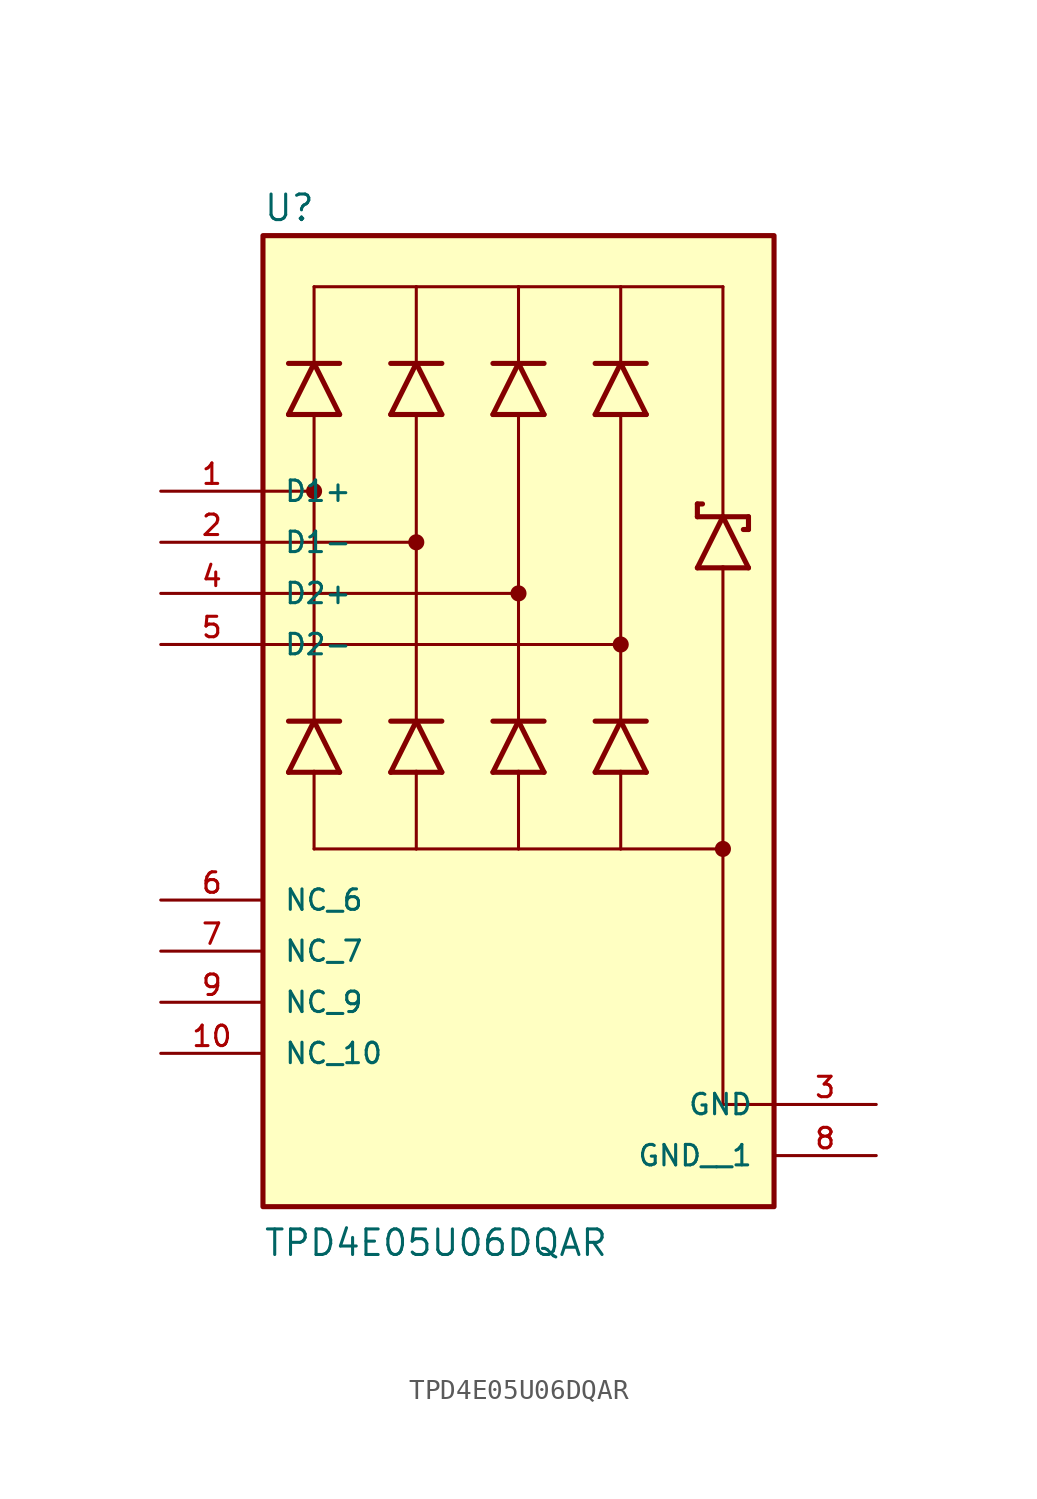
<source format=kicad_sym>
(kicad_symbol_lib
  (version 20220914)
  (generator kicad_symbol_editor)
  (symbol "TPD4E05U06DQAR"
    (pin_names
      (offset 1.016))
    (property "Reference" "U"
      (at -12.7 23.495 0)
      (effects (font (size 1.27 1.27)) (justify left bottom)))
    (property "Value" "TPD4E05U06DQAR"
      (at -12.7 -27.94 0)
      (effects (font (size 1.27 1.27)) (justify left bottom)))
    (symbol "TPD4E05U06DQAR_0_0"
      (rectangle (start -12.7 -25.4) (end 12.7 22.86) (stroke (width 0.254) (type default)) (fill (type background)))
      (circle (center -10.16 10.16) (radius 0.2) (stroke (width 0.4) (type default)) (fill (type none)))
      (circle (center -5.08 7.62) (radius 0.2) (stroke (width 0.4) (type default)) (fill (type none)))
      (polyline (pts (xy -12.7 2.54) (xy 5.08 2.54)) (stroke (width 0.152) (type default)) (fill (type none)))
      (polyline (pts (xy -12.7 5.08) (xy 0 5.08)) (stroke (width 0.152) (type default)) (fill (type none)))
      (polyline (pts (xy -12.7 7.62) (xy -5.08 7.62)) (stroke (width 0.152) (type default)) (fill (type none)))
      (polyline (pts (xy -12.7 10.16) (xy -10.16 10.16)) (stroke (width 0.152) (type default)) (fill (type none)))
      (polyline (pts (xy -11.43 -3.81) (xy -10.16 -3.81)) (stroke (width 0.254) (type default)) (fill (type none)))
      (polyline (pts (xy -11.43 -1.27) (xy -10.16 -1.27)) (stroke (width 0.254) (type default)) (fill (type none)))
      (polyline (pts (xy -11.43 13.97) (xy -10.16 13.97)) (stroke (width 0.254) (type default)) (fill (type none)))
      (polyline (pts (xy -11.43 16.51) (xy -10.16 16.51)) (stroke (width 0.254) (type default)) (fill (type none)))
      (polyline (pts (xy -10.16 -7.62) (xy -5.08 -7.62)) (stroke (width 0.152) (type default)) (fill (type none)))
      (polyline (pts (xy -10.16 -3.81) (xy -10.16 -7.62)) (stroke (width 0.152) (type default)) (fill (type none)))
      (polyline (pts (xy -10.16 -3.81) (xy -8.89 -3.81)) (stroke (width 0.254) (type default)) (fill (type none)))
      (polyline (pts (xy -10.16 -1.27) (xy -11.43 -3.81)) (stroke (width 0.254) (type default)) (fill (type none)))
      (polyline (pts (xy -10.16 -1.27) (xy -10.16 10.16)) (stroke (width 0.152) (type default)) (fill (type none)))
      (polyline (pts (xy -10.16 -1.27) (xy -8.89 -1.27)) (stroke (width 0.254) (type default)) (fill (type none)))
      (polyline (pts (xy -10.16 10.16) (xy -10.16 13.97)) (stroke (width 0.152) (type default)) (fill (type none)))
      (polyline (pts (xy -10.16 13.97) (xy -8.89 13.97)) (stroke (width 0.254) (type default)) (fill (type none)))
      (polyline (pts (xy -10.16 16.51) (xy -11.43 13.97)) (stroke (width 0.254) (type default)) (fill (type none)))
      (polyline (pts (xy -10.16 16.51) (xy -10.16 20.32)) (stroke (width 0.152) (type default)) (fill (type none)))
      (polyline (pts (xy -10.16 16.51) (xy -8.89 16.51)) (stroke (width 0.254) (type default)) (fill (type none)))
      (polyline (pts (xy -10.16 20.32) (xy -5.08 20.32)) (stroke (width 0.152) (type default)) (fill (type none)))
      (polyline (pts (xy -8.89 -3.81) (xy -10.16 -1.27)) (stroke (width 0.254) (type default)) (fill (type none)))
      (polyline (pts (xy -8.89 13.97) (xy -10.16 16.51)) (stroke (width 0.254) (type default)) (fill (type none)))
      (polyline (pts (xy -6.35 -3.81) (xy -5.08 -3.81)) (stroke (width 0.254) (type default)) (fill (type none)))
      (polyline (pts (xy -6.35 -1.27) (xy -5.08 -1.27)) (stroke (width 0.254) (type default)) (fill (type none)))
      (polyline (pts (xy -6.35 13.97) (xy -5.08 13.97)) (stroke (width 0.254) (type default)) (fill (type none)))
      (polyline (pts (xy -6.35 16.51) (xy -5.08 16.51)) (stroke (width 0.254) (type default)) (fill (type none)))
      (polyline (pts (xy -5.08 -7.62) (xy 0 -7.62)) (stroke (width 0.152) (type default)) (fill (type none)))
      (polyline (pts (xy -5.08 -3.81) (xy -5.08 -7.62)) (stroke (width 0.152) (type default)) (fill (type none)))
      (polyline (pts (xy -5.08 -3.81) (xy -3.81 -3.81)) (stroke (width 0.254) (type default)) (fill (type none)))
      (polyline (pts (xy -5.08 -1.27) (xy -6.35 -3.81)) (stroke (width 0.254) (type default)) (fill (type none)))
      (polyline (pts (xy -5.08 -1.27) (xy -5.08 7.62)) (stroke (width 0.152) (type default)) (fill (type none)))
      (polyline (pts (xy -5.08 -1.27) (xy -3.81 -1.27)) (stroke (width 0.254) (type default)) (fill (type none)))
      (polyline (pts (xy -5.08 7.62) (xy -5.08 13.97)) (stroke (width 0.152) (type default)) (fill (type none)))
      (polyline (pts (xy -5.08 13.97) (xy -3.81 13.97)) (stroke (width 0.254) (type default)) (fill (type none)))
      (polyline (pts (xy -5.08 16.51) (xy -6.35 13.97)) (stroke (width 0.254) (type default)) (fill (type none)))
      (polyline (pts (xy -5.08 16.51) (xy -5.08 20.32)) (stroke (width 0.152) (type default)) (fill (type none)))
      (polyline (pts (xy -5.08 16.51) (xy -3.81 16.51)) (stroke (width 0.254) (type default)) (fill (type none)))
      (polyline (pts (xy -5.08 20.32) (xy 0 20.32)) (stroke (width 0.152) (type default)) (fill (type none)))
      (polyline (pts (xy -3.81 -3.81) (xy -5.08 -1.27)) (stroke (width 0.254) (type default)) (fill (type none)))
      (polyline (pts (xy -3.81 13.97) (xy -5.08 16.51)) (stroke (width 0.254) (type default)) (fill (type none)))
      (polyline (pts (xy -1.27 -3.81) (xy 0 -3.81)) (stroke (width 0.254) (type default)) (fill (type none)))
      (polyline (pts (xy -1.27 -1.27) (xy 0 -1.27)) (stroke (width 0.254) (type default)) (fill (type none)))
      (polyline (pts (xy -1.27 13.97) (xy 0 13.97)) (stroke (width 0.254) (type default)) (fill (type none)))
      (polyline (pts (xy -1.27 16.51) (xy 0 16.51)) (stroke (width 0.254) (type default)) (fill (type none)))
      (polyline (pts (xy 0 -7.62) (xy 5.08 -7.62)) (stroke (width 0.152) (type default)) (fill (type none)))
      (polyline (pts (xy 0 -3.81) (xy 0 -7.62)) (stroke (width 0.152) (type default)) (fill (type none)))
      (polyline (pts (xy 0 -3.81) (xy 1.27 -3.81)) (stroke (width 0.254) (type default)) (fill (type none)))
      (polyline (pts (xy 0 -1.27) (xy -1.27 -3.81)) (stroke (width 0.254) (type default)) (fill (type none)))
      (polyline (pts (xy 0 -1.27) (xy 0 5.08)) (stroke (width 0.152) (type default)) (fill (type none)))
      (polyline (pts (xy 0 -1.27) (xy 1.27 -1.27)) (stroke (width 0.254) (type default)) (fill (type none)))
      (polyline (pts (xy 0 5.08) (xy 0 13.97)) (stroke (width 0.152) (type default)) (fill (type none)))
      (polyline (pts (xy 0 13.97) (xy 1.27 13.97)) (stroke (width 0.254) (type default)) (fill (type none)))
      (polyline (pts (xy 0 16.51) (xy -1.27 13.97)) (stroke (width 0.254) (type default)) (fill (type none)))
      (polyline (pts (xy 0 16.51) (xy 0 20.32)) (stroke (width 0.152) (type default)) (fill (type none)))
      (polyline (pts (xy 0 16.51) (xy 1.27 16.51)) (stroke (width 0.254) (type default)) (fill (type none)))
      (polyline (pts (xy 0 20.32) (xy 5.08 20.32)) (stroke (width 0.152) (type default)) (fill (type none)))
      (polyline (pts (xy 1.27 -3.81) (xy 0 -1.27)) (stroke (width 0.254) (type default)) (fill (type none)))
      (polyline (pts (xy 1.27 13.97) (xy 0 16.51)) (stroke (width 0.254) (type default)) (fill (type none)))
      (polyline (pts (xy 3.81 -3.81) (xy 5.08 -3.81)) (stroke (width 0.254) (type default)) (fill (type none)))
      (polyline (pts (xy 3.81 -1.27) (xy 5.08 -1.27)) (stroke (width 0.254) (type default)) (fill (type none)))
      (polyline (pts (xy 3.81 13.97) (xy 5.08 13.97)) (stroke (width 0.254) (type default)) (fill (type none)))
      (polyline (pts (xy 3.81 16.51) (xy 5.08 16.51)) (stroke (width 0.254) (type default)) (fill (type none)))
      (polyline (pts (xy 5.08 -7.62) (xy 10.16 -7.62)) (stroke (width 0.152) (type default)) (fill (type none)))
      (polyline (pts (xy 5.08 -3.81) (xy 5.08 -7.62)) (stroke (width 0.152) (type default)) (fill (type none)))
      (polyline (pts (xy 5.08 -3.81) (xy 6.35 -3.81)) (stroke (width 0.254) (type default)) (fill (type none)))
      (polyline (pts (xy 5.08 -1.27) (xy 3.81 -3.81)) (stroke (width 0.254) (type default)) (fill (type none)))
      (polyline (pts (xy 5.08 -1.27) (xy 5.08 2.54)) (stroke (width 0.152) (type default)) (fill (type none)))
      (polyline (pts (xy 5.08 -1.27) (xy 6.35 -1.27)) (stroke (width 0.254) (type default)) (fill (type none)))
      (polyline (pts (xy 5.08 2.54) (xy 5.08 13.97)) (stroke (width 0.152) (type default)) (fill (type none)))
      (polyline (pts (xy 5.08 13.97) (xy 6.35 13.97)) (stroke (width 0.254) (type default)) (fill (type none)))
      (polyline (pts (xy 5.08 16.51) (xy 3.81 13.97)) (stroke (width 0.254) (type default)) (fill (type none)))
      (polyline (pts (xy 5.08 16.51) (xy 5.08 20.32)) (stroke (width 0.152) (type default)) (fill (type none)))
      (polyline (pts (xy 5.08 16.51) (xy 6.35 16.51)) (stroke (width 0.254) (type default)) (fill (type none)))
      (polyline (pts (xy 5.08 20.32) (xy 10.16 20.32)) (stroke (width 0.152) (type default)) (fill (type none)))
      (polyline (pts (xy 6.35 -3.81) (xy 5.08 -1.27)) (stroke (width 0.254) (type default)) (fill (type none)))
      (polyline (pts (xy 6.35 13.97) (xy 5.08 16.51)) (stroke (width 0.254) (type default)) (fill (type none)))
      (polyline (pts (xy 8.89 6.35) (xy 10.16 6.35)) (stroke (width 0.254) (type default)) (fill (type none)))
      (polyline (pts (xy 8.89 8.89) (xy 10.16 8.89)) (stroke (width 0.254) (type default)) (fill (type none)))
      (polyline (pts (xy 8.89 9.525) (xy 8.89 8.89)) (stroke (width 0.254) (type default)) (fill (type none)))
      (polyline (pts (xy 8.89 9.525) (xy 9.144 9.525)) (stroke (width 0.254) (type default)) (fill (type none)))
      (polyline (pts (xy 10.16 -20.32) (xy 12.7 -20.32)) (stroke (width 0.152) (type default)) (fill (type none)))
      (polyline (pts (xy 10.16 -7.62) (xy 10.16 -20.32)) (stroke (width 0.152) (type default)) (fill (type none)))
      (polyline (pts (xy 10.16 -7.62) (xy 10.16 6.35)) (stroke (width 0.152) (type default)) (fill (type none)))
      (polyline (pts (xy 10.16 6.35) (xy 11.43 6.35)) (stroke (width 0.254) (type default)) (fill (type none)))
      (polyline (pts (xy 10.16 8.89) (xy 8.89 6.35)) (stroke (width 0.254) (type default)) (fill (type none)))
      (polyline (pts (xy 10.16 8.89) (xy 11.43 8.89)) (stroke (width 0.254) (type default)) (fill (type none)))
      (polyline (pts (xy 10.16 20.32) (xy 10.16 8.89)) (stroke (width 0.152) (type default)) (fill (type none)))
      (polyline (pts (xy 11.176 8.255) (xy 11.43 8.255)) (stroke (width 0.254) (type default)) (fill (type none)))
      (polyline (pts (xy 11.43 6.35) (xy 10.16 8.89)) (stroke (width 0.254) (type default)) (fill (type none)))
      (polyline (pts (xy 11.43 8.89) (xy 11.43 8.255)) (stroke (width 0.254) (type default)) (fill (type none)))
      (circle (center 0 5.08) (radius 0.2) (stroke (width 0.4) (type default)) (fill (type none)))
      (circle (center 5.08 2.54) (radius 0.2) (stroke (width 0.4) (type default)) (fill (type none)))
      (circle (center 10.16 -7.62) (radius 0.2) (stroke (width 0.4) (type default)) (fill (type none)))
      (pin bidirectional line (at -17.78 10.16 0) (length 5.08) (name "D1+" (effects (font (size 1.016 1.016)))) (number "1" (effects (font (size 1.016 1.016)))))
      (pin passive line (at -17.78 -17.78 0) (length 5.08) (name "NC_10" (effects (font (size 1.016 1.016)))) (number "10" (effects (font (size 1.016 1.016)))))
      (pin bidirectional line (at -17.78 7.62 0) (length 5.08) (name "D1-" (effects (font (size 1.016 1.016)))) (number "2" (effects (font (size 1.016 1.016)))))
      (pin power_in line (at 17.78 -20.32 180) (length 5.08) (name "GND" (effects (font (size 1.016 1.016)))) (number "3" (effects (font (size 1.016 1.016)))))
      (pin bidirectional line (at -17.78 5.08 0) (length 5.08) (name "D2+" (effects (font (size 1.016 1.016)))) (number "4" (effects (font (size 1.016 1.016)))))
      (pin bidirectional line (at -17.78 2.54 0) (length 5.08) (name "D2-" (effects (font (size 1.016 1.016)))) (number "5" (effects (font (size 1.016 1.016)))))
      (pin passive line (at -17.78 -10.16 0) (length 5.08) (name "NC_6" (effects (font (size 1.016 1.016)))) (number "6" (effects (font (size 1.016 1.016)))))
      (pin passive line (at -17.78 -12.7 0) (length 5.08) (name "NC_7" (effects (font (size 1.016 1.016)))) (number "7" (effects (font (size 1.016 1.016)))))
      (pin power_in line (at 17.78 -22.86 180) (length 5.08) (name "GND__1" (effects (font (size 1.016 1.016)))) (number "8" (effects (font (size 1.016 1.016)))))
      (pin passive line (at -17.78 -15.24 0) (length 5.08) (name "NC_9" (effects (font (size 1.016 1.016)))) (number "9" (effects (font (size 1.016 1.016))))))))
</source>
